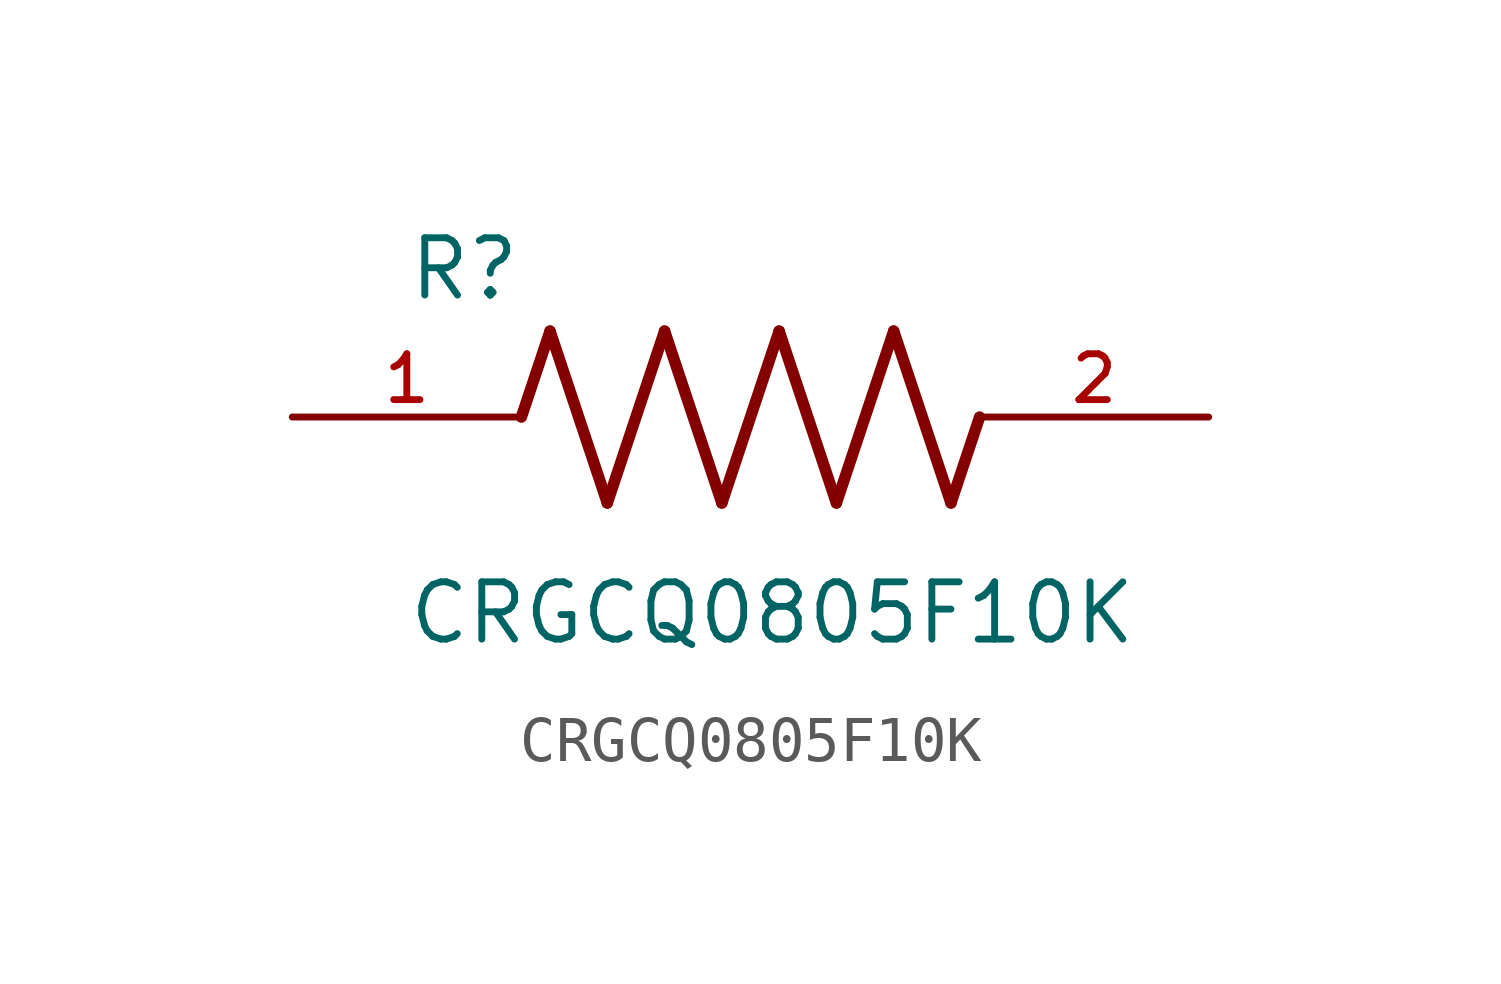
<source format=kicad_sym>
(kicad_symbol_lib
  (version 20211014)
  (generator kicad_symbol_editor)
  (symbol "CRGCQ0805F10K"
    (pin_names
      (offset 1.016))
    (property "Reference" "R"
      (at -7.624 2.541 0)
      (effects (font (size 1.27 1.27)) (justify bottom left)))
    (property "Value" "CRGCQ0805F10K"
      (at -7.63 -5.087 0)
      (effects (font (size 1.27 1.27)) (justify bottom left)))
    (symbol "CRGCQ0805F10K_0_0"
      (polyline (pts (xy -5.08 0.0) (xy -4.445 1.905)) (stroke (width 0.254)))
      (polyline (pts (xy -4.445 1.905) (xy -3.175 -1.905)) (stroke (width 0.254)))
      (polyline (pts (xy -3.175 -1.905) (xy -1.905 1.905)) (stroke (width 0.254)))
      (polyline (pts (xy -1.905 1.905) (xy -0.635 -1.905)) (stroke (width 0.254)))
      (polyline (pts (xy -0.635 -1.905) (xy 0.635 1.905)) (stroke (width 0.254)))
      (polyline (pts (xy 0.635 1.905) (xy 1.905 -1.905)) (stroke (width 0.254)))
      (polyline (pts (xy 1.905 -1.905) (xy 3.175 1.905)) (stroke (width 0.254)))
      (polyline (pts (xy 3.175 1.905) (xy 4.445 -1.905)) (stroke (width 0.254)))
      (polyline (pts (xy 4.445 -1.905) (xy 5.08 0.0)) (stroke (width 0.254)))
      (pin passive line (at -10.16 0.0 0) (length 5.08) (name "~" (effects (font (size 1.016 1.016)))) (number "1" (effects (font (size 1.016 1.016)))))
      (pin passive line (at 10.16 0.0 180.0) (length 5.08) (name "~" (effects (font (size 1.016 1.016)))) (number "2" (effects (font (size 1.016 1.016))))))))
</source>
